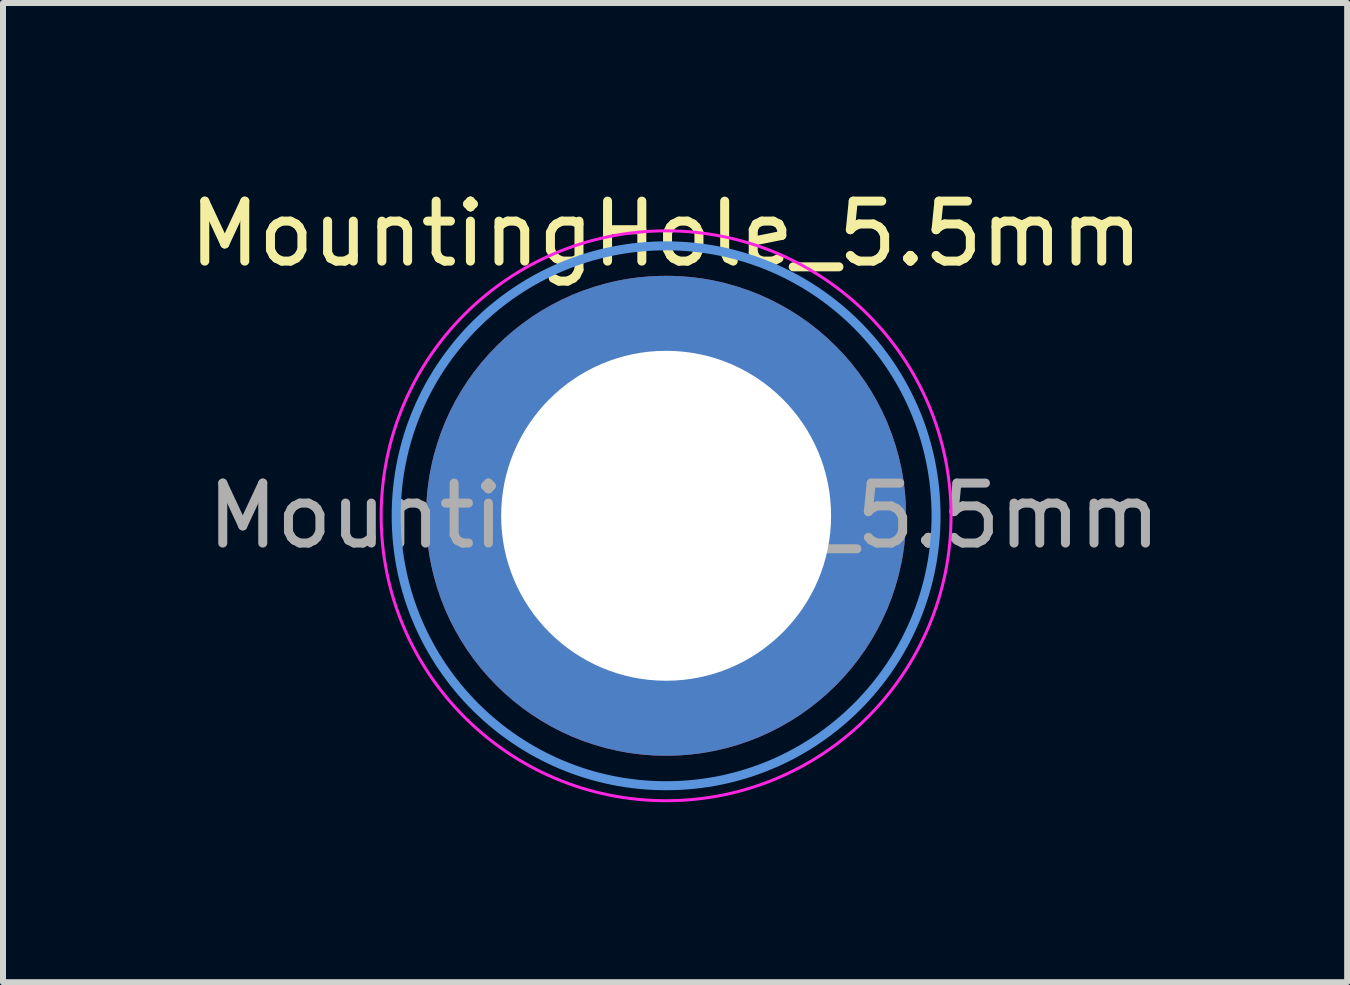
<source format=kicad_pcb>
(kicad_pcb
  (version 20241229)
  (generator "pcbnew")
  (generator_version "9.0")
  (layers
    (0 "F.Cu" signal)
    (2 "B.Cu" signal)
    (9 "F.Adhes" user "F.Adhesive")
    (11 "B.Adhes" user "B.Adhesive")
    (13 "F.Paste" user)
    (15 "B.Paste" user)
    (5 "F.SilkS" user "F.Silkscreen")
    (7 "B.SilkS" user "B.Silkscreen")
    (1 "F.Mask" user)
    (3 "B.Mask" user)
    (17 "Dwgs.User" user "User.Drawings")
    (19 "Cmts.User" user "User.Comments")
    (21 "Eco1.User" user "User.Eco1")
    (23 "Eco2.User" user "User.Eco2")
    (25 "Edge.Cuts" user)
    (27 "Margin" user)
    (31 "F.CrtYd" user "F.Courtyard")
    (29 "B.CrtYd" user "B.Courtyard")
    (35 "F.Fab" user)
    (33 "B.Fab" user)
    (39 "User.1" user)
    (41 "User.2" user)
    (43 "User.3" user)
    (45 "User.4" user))
  (footprint "MountingHole_5.5mm"
    (layer "F.Cu")
    (at 8.054 5.548)
    (property "Reference" "MountingHole_5.5mm" (at 0 -4.7 0) (layer "F.SilkS") (effects (font (size 1 1) (thickness 0.15))))
    (attr exclude_from_pos_files exclude_from_bom)
    (fp_circle (center 0 0) (end 4.5 0) (stroke (width 0.15) (type solid)) (fill no) (layer "Cmts.User"))
    (fp_circle (center 0 0) (end 4.75 0) (stroke (width 0.05) (type solid)) (fill no) (layer "F.CrtYd"))
    (fp_text user "${REFERENCE}" (at 0.3 0 0) (layer "F.Fab") (effects (font (size 1 1) (thickness 0.15))))
    (pad "1" thru_hole circle (at 0 0) (size 8 8) (drill 5.5) (layers "*.Cu" "*.Mask")))
  (gr_rect
    (start -3 -3)
    (end 19.407 13.323)
    (stroke (width 0.1) (type default))
    (fill no)
    (layer "Edge.Cuts")))
</source>
